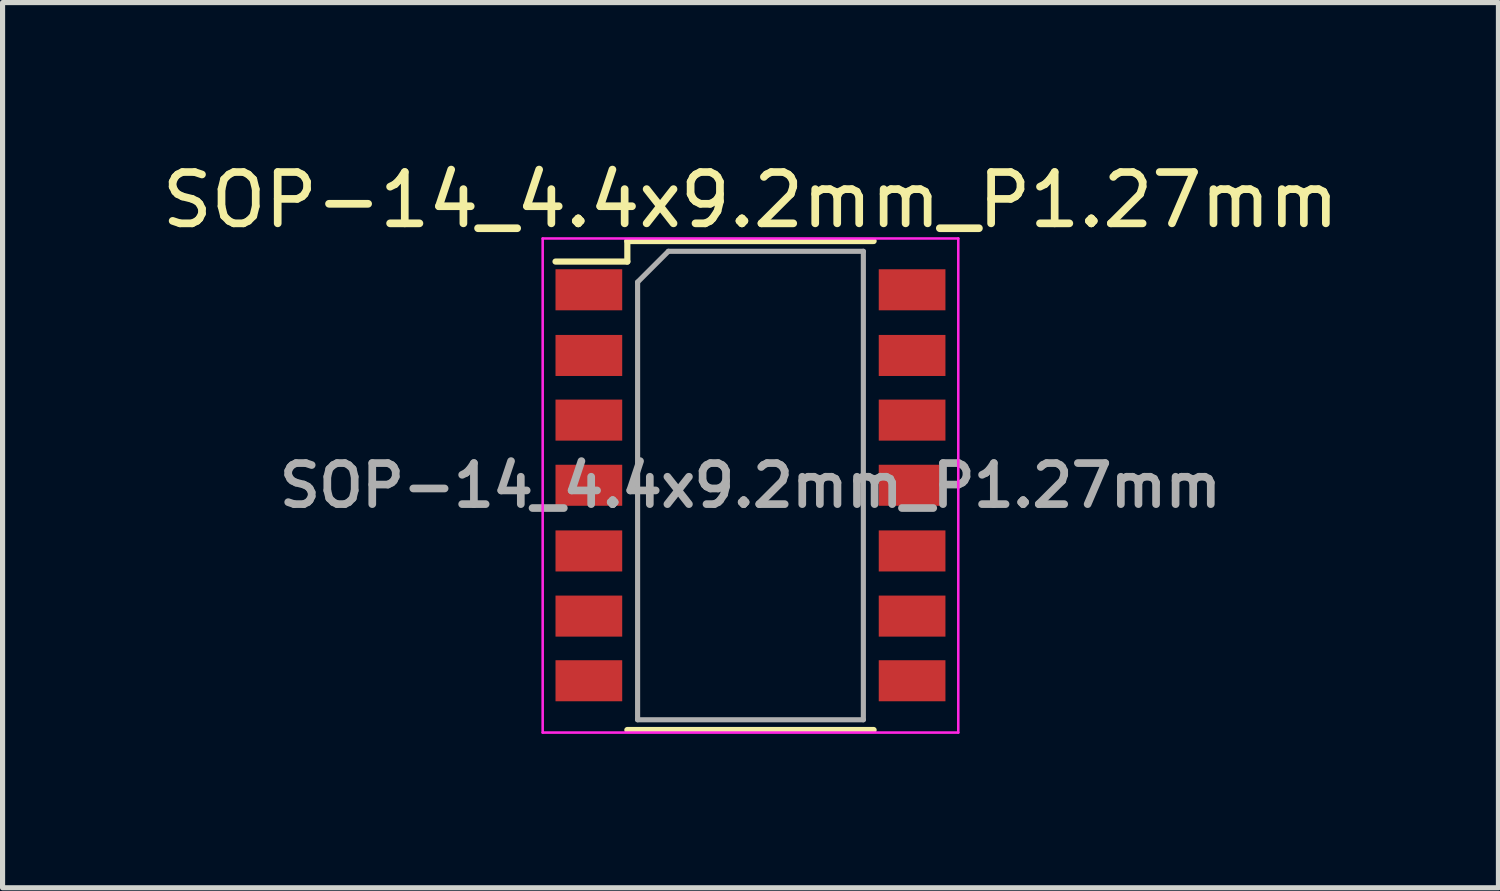
<source format=kicad_pcb>
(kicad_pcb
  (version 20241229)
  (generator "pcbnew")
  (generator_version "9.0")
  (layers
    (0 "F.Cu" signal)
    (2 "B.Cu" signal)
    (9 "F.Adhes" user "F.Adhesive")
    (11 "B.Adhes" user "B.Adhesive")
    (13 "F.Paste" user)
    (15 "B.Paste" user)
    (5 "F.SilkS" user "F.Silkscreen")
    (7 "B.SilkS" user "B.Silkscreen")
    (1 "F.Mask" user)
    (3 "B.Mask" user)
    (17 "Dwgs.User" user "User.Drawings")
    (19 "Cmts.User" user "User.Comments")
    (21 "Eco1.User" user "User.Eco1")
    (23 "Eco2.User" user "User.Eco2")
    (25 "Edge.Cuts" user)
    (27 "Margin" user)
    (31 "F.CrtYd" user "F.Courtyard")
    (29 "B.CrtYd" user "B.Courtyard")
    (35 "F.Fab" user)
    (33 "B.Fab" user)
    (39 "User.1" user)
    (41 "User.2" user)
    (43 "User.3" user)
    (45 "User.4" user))
  (footprint "SOP-14_4.4x9.2mm_P1.27mm"
    (layer "F.Cu")
    (at 11.577 6.413)
    (property "Reference" "SOP-14_4.4x9.2mm_P1.27mm" (at 0 -5.565 0) (layer "F.SilkS") (effects (font (size 1 1) (thickness 0.15))))
    (attr smd)
    (fp_line (start -2.4 -4.765) (end -2.4 -4.365) (stroke (width 0.12) (type solid)) (layer "F.SilkS"))
    (fp_line (start -2.4 -4.765) (end 2.4 -4.765) (stroke (width 0.12) (type solid)) (layer "F.SilkS"))
    (fp_line (start -2.4 -4.365) (end -3.8 -4.365) (stroke (width 0.12) (type solid)) (layer "F.SilkS"))
    (fp_line (start -2.4 4.765) (end 2.4 4.765) (stroke (width 0.12) (type solid)) (layer "F.SilkS"))
    (fp_line (start -4.05 -4.815) (end -4.05 4.815) (stroke (width 0.05) (type solid)) (layer "F.CrtYd"))
    (fp_line (start -4.05 -4.815) (end 4.05 -4.815) (stroke (width 0.05) (type solid)) (layer "F.CrtYd"))
    (fp_line (start 4.05 4.815) (end -4.05 4.815) (stroke (width 0.05) (type solid)) (layer "F.CrtYd"))
    (fp_line (start 4.05 4.815) (end 4.05 -4.815) (stroke (width 0.05) (type solid)) (layer "F.CrtYd"))
    (fp_line (start -2.2 -3.965) (end -1.6 -4.565) (stroke (width 0.1) (type solid)) (layer "F.Fab"))
    (fp_line (start -2.2 4.565) (end -2.2 -3.965) (stroke (width 0.1) (type solid)) (layer "F.Fab"))
    (fp_line (start -1.6 -4.565) (end 2.2 -4.565) (stroke (width 0.1) (type solid)) (layer "F.Fab"))
    (fp_line (start 2.2 -4.565) (end 2.2 4.565) (stroke (width 0.1) (type solid)) (layer "F.Fab"))
    (fp_line (start 2.2 4.565) (end -2.2 4.565) (stroke (width 0.1) (type solid)) (layer "F.Fab"))
    (fp_text user "${REFERENCE}" (at 0 0 0) (layer "F.Fab") (effects (font (size 0.8 0.8) (thickness 0.15))))
    (pad "1" smd rect (at -3.15 -3.815) (size 1.3 0.8) (layers "F.Cu" "F.Mask" "F.Paste"))
    (pad "2" smd rect (at -3.15 -2.535) (size 1.3 0.8) (layers "F.Cu" "F.Mask" "F.Paste"))
    (pad "3" smd rect (at -3.15 -1.275) (size 1.3 0.8) (layers "F.Cu" "F.Mask" "F.Paste"))
    (pad "4" smd rect (at -3.15 -0.005) (size 1.3 0.8) (layers "F.Cu" "F.Mask" "F.Paste"))
    (pad "5" smd rect (at -3.15 1.275) (size 1.3 0.8) (layers "F.Cu" "F.Mask" "F.Paste"))
    (pad "6" smd rect (at -3.15 2.545) (size 1.3 0.8) (layers "F.Cu" "F.Mask" "F.Paste"))
    (pad "7" smd rect (at -3.15 3.805) (size 1.3 0.8) (layers "F.Cu" "F.Mask" "F.Paste"))
    (pad "8" smd rect (at 3.15 3.805) (size 1.3 0.8) (layers "F.Cu" "F.Mask" "F.Paste"))
    (pad "9" smd rect (at 3.15 2.545) (size 1.3 0.8) (layers "F.Cu" "F.Mask" "F.Paste"))
    (pad "10" smd rect (at 3.15 1.275) (size 1.3 0.8) (layers "F.Cu" "F.Mask" "F.Paste"))
    (pad "11" smd rect (at 3.15 -0.005) (size 1.3 0.8) (layers "F.Cu" "F.Mask" "F.Paste"))
    (pad "12" smd rect (at 3.15 -1.275) (size 1.3 0.8) (layers "F.Cu" "F.Mask" "F.Paste"))
    (pad "13" smd rect (at 3.15 -2.535) (size 1.3 0.8) (layers "F.Cu" "F.Mask" "F.Paste"))
    (pad "14" smd rect (at 3.15 -3.815) (size 1.3 0.8) (layers "F.Cu" "F.Mask" "F.Paste")))
  (gr_rect
    (start -3 -3)
    (end 26.155 14.253)
    (stroke (width 0.1) (type default))
    (fill no)
    (layer "Edge.Cuts")))
</source>
